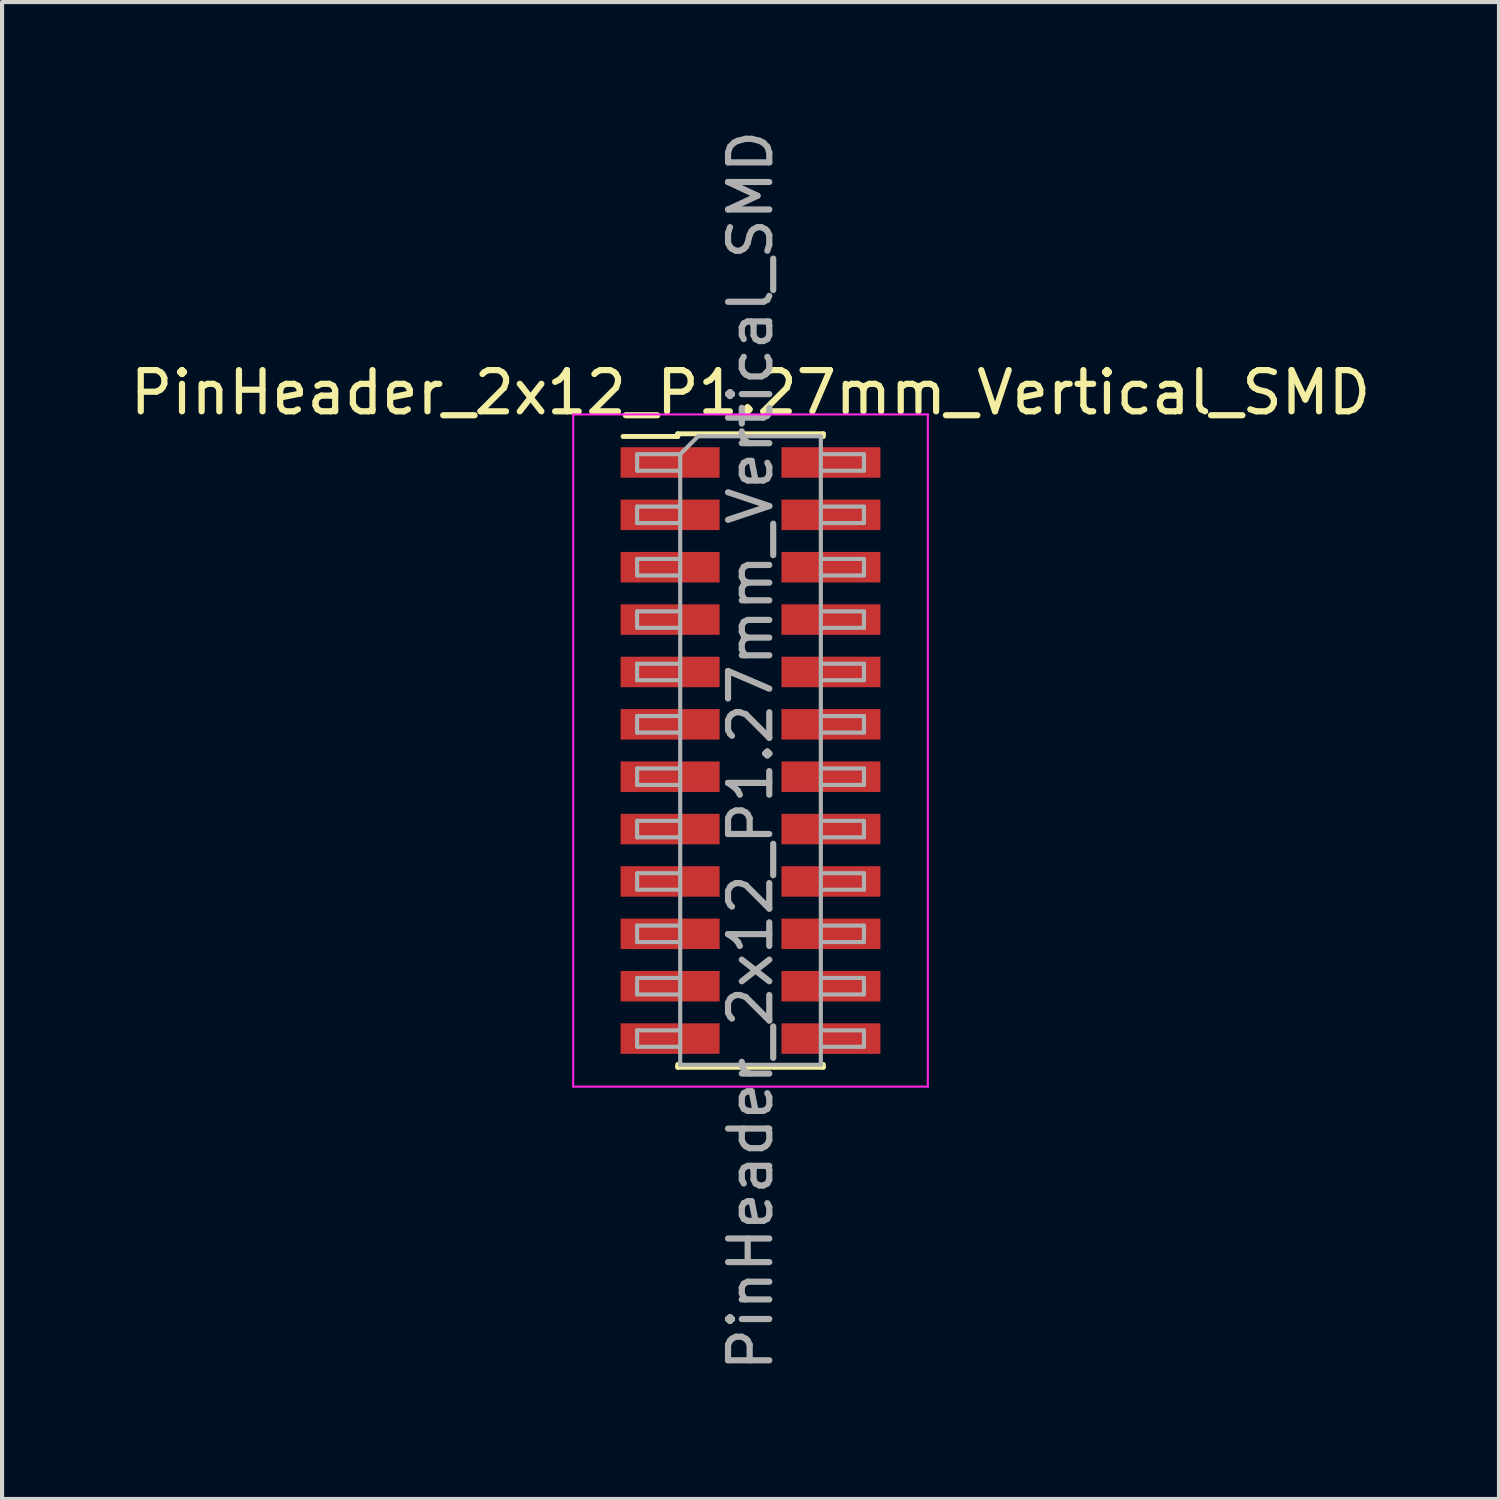
<source format=kicad_pcb>
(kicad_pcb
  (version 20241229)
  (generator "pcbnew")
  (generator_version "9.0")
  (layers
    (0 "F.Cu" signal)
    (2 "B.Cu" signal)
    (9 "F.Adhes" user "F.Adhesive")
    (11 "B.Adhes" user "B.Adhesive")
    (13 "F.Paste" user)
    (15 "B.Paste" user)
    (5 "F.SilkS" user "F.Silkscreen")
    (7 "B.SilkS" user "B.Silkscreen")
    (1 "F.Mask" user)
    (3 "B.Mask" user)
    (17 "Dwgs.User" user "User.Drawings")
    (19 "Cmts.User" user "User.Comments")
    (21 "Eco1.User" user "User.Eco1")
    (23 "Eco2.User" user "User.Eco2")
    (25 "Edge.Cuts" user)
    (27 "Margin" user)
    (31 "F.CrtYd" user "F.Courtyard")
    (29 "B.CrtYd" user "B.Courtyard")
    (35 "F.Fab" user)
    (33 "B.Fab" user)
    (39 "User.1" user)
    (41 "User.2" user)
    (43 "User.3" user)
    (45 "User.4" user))
  (footprint "PinHeader_2x12_P1.27mm_Vertical_SMD"
    (layer "F.Cu")
    (at 15.149 15.149)
    (property "Reference" "PinHeader_2x12_P1.27mm_Vertical_SMD" (at 0 -8.68 0) (layer "F.SilkS") (effects (font (size 1 1) (thickness 0.15))))
    (attr smd)
    (fp_line (start -3.09 -7.615) (end -1.765 -7.615) (stroke (width 0.12) (type solid)) (layer "F.SilkS"))
    (fp_line (start -1.765 -7.68) (end -1.765 -7.615) (stroke (width 0.12) (type solid)) (layer "F.SilkS"))
    (fp_line (start -1.765 -7.68) (end 1.765 -7.68) (stroke (width 0.12) (type solid)) (layer "F.SilkS"))
    (fp_line (start -1.765 7.615) (end -1.765 7.68) (stroke (width 0.12) (type solid)) (layer "F.SilkS"))
    (fp_line (start -1.765 7.68) (end 1.765 7.68) (stroke (width 0.12) (type solid)) (layer "F.SilkS"))
    (fp_line (start 1.765 -7.68) (end 1.765 -7.615) (stroke (width 0.12) (type solid)) (layer "F.SilkS"))
    (fp_line (start 1.765 7.615) (end 1.765 7.68) (stroke (width 0.12) (type solid)) (layer "F.SilkS"))
    (fp_line (start -4.3 -8.15) (end -4.3 8.15) (stroke (width 0.05) (type solid)) (layer "F.CrtYd"))
    (fp_line (start -4.3 8.15) (end 4.3 8.15) (stroke (width 0.05) (type solid)) (layer "F.CrtYd"))
    (fp_line (start 4.3 -8.15) (end -4.3 -8.15) (stroke (width 0.05) (type solid)) (layer "F.CrtYd"))
    (fp_line (start 4.3 8.15) (end 4.3 -8.15) (stroke (width 0.05) (type solid)) (layer "F.CrtYd"))
    (fp_line (start -2.75 -7.185) (end -2.75 -6.785) (stroke (width 0.1) (type solid)) (layer "F.Fab"))
    (fp_line (start -2.75 -6.785) (end -1.705 -6.785) (stroke (width 0.1) (type solid)) (layer "F.Fab"))
    (fp_line (start -2.75 -5.915) (end -2.75 -5.515) (stroke (width 0.1) (type solid)) (layer "F.Fab"))
    (fp_line (start -2.75 -5.515) (end -1.705 -5.515) (stroke (width 0.1) (type solid)) (layer "F.Fab"))
    (fp_line (start -2.75 -4.645) (end -2.75 -4.245) (stroke (width 0.1) (type solid)) (layer "F.Fab"))
    (fp_line (start -2.75 -4.245) (end -1.705 -4.245) (stroke (width 0.1) (type solid)) (layer "F.Fab"))
    (fp_line (start -2.75 -3.375) (end -2.75 -2.975) (stroke (width 0.1) (type solid)) (layer "F.Fab"))
    (fp_line (start -2.75 -2.975) (end -1.705 -2.975) (stroke (width 0.1) (type solid)) (layer "F.Fab"))
    (fp_line (start -2.75 -2.105) (end -2.75 -1.705) (stroke (width 0.1) (type solid)) (layer "F.Fab"))
    (fp_line (start -2.75 -1.705) (end -1.705 -1.705) (stroke (width 0.1) (type solid)) (layer "F.Fab"))
    (fp_line (start -2.75 -0.835) (end -2.75 -0.435) (stroke (width 0.1) (type solid)) (layer "F.Fab"))
    (fp_line (start -2.75 -0.435) (end -1.705 -0.435) (stroke (width 0.1) (type solid)) (layer "F.Fab"))
    (fp_line (start -2.75 0.435) (end -2.75 0.835) (stroke (width 0.1) (type solid)) (layer "F.Fab"))
    (fp_line (start -2.75 0.835) (end -1.705 0.835) (stroke (width 0.1) (type solid)) (layer "F.Fab"))
    (fp_line (start -2.75 1.705) (end -2.75 2.105) (stroke (width 0.1) (type solid)) (layer "F.Fab"))
    (fp_line (start -2.75 2.105) (end -1.705 2.105) (stroke (width 0.1) (type solid)) (layer "F.Fab"))
    (fp_line (start -2.75 2.975) (end -2.75 3.375) (stroke (width 0.1) (type solid)) (layer "F.Fab"))
    (fp_line (start -2.75 3.375) (end -1.705 3.375) (stroke (width 0.1) (type solid)) (layer "F.Fab"))
    (fp_line (start -2.75 4.245) (end -2.75 4.645) (stroke (width 0.1) (type solid)) (layer "F.Fab"))
    (fp_line (start -2.75 4.645) (end -1.705 4.645) (stroke (width 0.1) (type solid)) (layer "F.Fab"))
    (fp_line (start -2.75 5.515) (end -2.75 5.915) (stroke (width 0.1) (type solid)) (layer "F.Fab"))
    (fp_line (start -2.75 5.915) (end -1.705 5.915) (stroke (width 0.1) (type solid)) (layer "F.Fab"))
    (fp_line (start -2.75 6.785) (end -2.75 7.185) (stroke (width 0.1) (type solid)) (layer "F.Fab"))
    (fp_line (start -2.75 7.185) (end -1.705 7.185) (stroke (width 0.1) (type solid)) (layer "F.Fab"))
    (fp_line (start -1.705 -7.185) (end -2.75 -7.185) (stroke (width 0.1) (type solid)) (layer "F.Fab"))
    (fp_line (start -1.705 -7.185) (end -1.27 -7.62) (stroke (width 0.1) (type solid)) (layer "F.Fab"))
    (fp_line (start -1.705 -5.915) (end -2.75 -5.915) (stroke (width 0.1) (type solid)) (layer "F.Fab"))
    (fp_line (start -1.705 -4.645) (end -2.75 -4.645) (stroke (width 0.1) (type solid)) (layer "F.Fab"))
    (fp_line (start -1.705 -3.375) (end -2.75 -3.375) (stroke (width 0.1) (type solid)) (layer "F.Fab"))
    (fp_line (start -1.705 -2.105) (end -2.75 -2.105) (stroke (width 0.1) (type solid)) (layer "F.Fab"))
    (fp_line (start -1.705 -0.835) (end -2.75 -0.835) (stroke (width 0.1) (type solid)) (layer "F.Fab"))
    (fp_line (start -1.705 0.435) (end -2.75 0.435) (stroke (width 0.1) (type solid)) (layer "F.Fab"))
    (fp_line (start -1.705 1.705) (end -2.75 1.705) (stroke (width 0.1) (type solid)) (layer "F.Fab"))
    (fp_line (start -1.705 2.975) (end -2.75 2.975) (stroke (width 0.1) (type solid)) (layer "F.Fab"))
    (fp_line (start -1.705 4.245) (end -2.75 4.245) (stroke (width 0.1) (type solid)) (layer "F.Fab"))
    (fp_line (start -1.705 5.515) (end -2.75 5.515) (stroke (width 0.1) (type solid)) (layer "F.Fab"))
    (fp_line (start -1.705 6.785) (end -2.75 6.785) (stroke (width 0.1) (type solid)) (layer "F.Fab"))
    (fp_line (start -1.705 7.62) (end -1.705 -7.185) (stroke (width 0.1) (type solid)) (layer "F.Fab"))
    (fp_line (start -1.27 -7.62) (end 1.705 -7.62) (stroke (width 0.1) (type solid)) (layer "F.Fab"))
    (fp_line (start 1.705 -7.62) (end 1.705 7.62) (stroke (width 0.1) (type solid)) (layer "F.Fab"))
    (fp_line (start 1.705 -7.185) (end 2.75 -7.185) (stroke (width 0.1) (type solid)) (layer "F.Fab"))
    (fp_line (start 1.705 -5.915) (end 2.75 -5.915) (stroke (width 0.1) (type solid)) (layer "F.Fab"))
    (fp_line (start 1.705 -4.645) (end 2.75 -4.645) (stroke (width 0.1) (type solid)) (layer "F.Fab"))
    (fp_line (start 1.705 -3.375) (end 2.75 -3.375) (stroke (width 0.1) (type solid)) (layer "F.Fab"))
    (fp_line (start 1.705 -2.105) (end 2.75 -2.105) (stroke (width 0.1) (type solid)) (layer "F.Fab"))
    (fp_line (start 1.705 -0.835) (end 2.75 -0.835) (stroke (width 0.1) (type solid)) (layer "F.Fab"))
    (fp_line (start 1.705 0.435) (end 2.75 0.435) (stroke (width 0.1) (type solid)) (layer "F.Fab"))
    (fp_line (start 1.705 1.705) (end 2.75 1.705) (stroke (width 0.1) (type solid)) (layer "F.Fab"))
    (fp_line (start 1.705 2.975) (end 2.75 2.975) (stroke (width 0.1) (type solid)) (layer "F.Fab"))
    (fp_line (start 1.705 4.245) (end 2.75 4.245) (stroke (width 0.1) (type solid)) (layer "F.Fab"))
    (fp_line (start 1.705 5.515) (end 2.75 5.515) (stroke (width 0.1) (type solid)) (layer "F.Fab"))
    (fp_line (start 1.705 6.785) (end 2.75 6.785) (stroke (width 0.1) (type solid)) (layer "F.Fab"))
    (fp_line (start 1.705 7.62) (end -1.705 7.62) (stroke (width 0.1) (type solid)) (layer "F.Fab"))
    (fp_line (start 2.75 -7.185) (end 2.75 -6.785) (stroke (width 0.1) (type solid)) (layer "F.Fab"))
    (fp_line (start 2.75 -6.785) (end 1.705 -6.785) (stroke (width 0.1) (type solid)) (layer "F.Fab"))
    (fp_line (start 2.75 -5.915) (end 2.75 -5.515) (stroke (width 0.1) (type solid)) (layer "F.Fab"))
    (fp_line (start 2.75 -5.515) (end 1.705 -5.515) (stroke (width 0.1) (type solid)) (layer "F.Fab"))
    (fp_line (start 2.75 -4.645) (end 2.75 -4.245) (stroke (width 0.1) (type solid)) (layer "F.Fab"))
    (fp_line (start 2.75 -4.245) (end 1.705 -4.245) (stroke (width 0.1) (type solid)) (layer "F.Fab"))
    (fp_line (start 2.75 -3.375) (end 2.75 -2.975) (stroke (width 0.1) (type solid)) (layer "F.Fab"))
    (fp_line (start 2.75 -2.975) (end 1.705 -2.975) (stroke (width 0.1) (type solid)) (layer "F.Fab"))
    (fp_line (start 2.75 -2.105) (end 2.75 -1.705) (stroke (width 0.1) (type solid)) (layer "F.Fab"))
    (fp_line (start 2.75 -1.705) (end 1.705 -1.705) (stroke (width 0.1) (type solid)) (layer "F.Fab"))
    (fp_line (start 2.75 -0.835) (end 2.75 -0.435) (stroke (width 0.1) (type solid)) (layer "F.Fab"))
    (fp_line (start 2.75 -0.435) (end 1.705 -0.435) (stroke (width 0.1) (type solid)) (layer "F.Fab"))
    (fp_line (start 2.75 0.435) (end 2.75 0.835) (stroke (width 0.1) (type solid)) (layer "F.Fab"))
    (fp_line (start 2.75 0.835) (end 1.705 0.835) (stroke (width 0.1) (type solid)) (layer "F.Fab"))
    (fp_line (start 2.75 1.705) (end 2.75 2.105) (stroke (width 0.1) (type solid)) (layer "F.Fab"))
    (fp_line (start 2.75 2.105) (end 1.705 2.105) (stroke (width 0.1) (type solid)) (layer "F.Fab"))
    (fp_line (start 2.75 2.975) (end 2.75 3.375) (stroke (width 0.1) (type solid)) (layer "F.Fab"))
    (fp_line (start 2.75 3.375) (end 1.705 3.375) (stroke (width 0.1) (type solid)) (layer "F.Fab"))
    (fp_line (start 2.75 4.245) (end 2.75 4.645) (stroke (width 0.1) (type solid)) (layer "F.Fab"))
    (fp_line (start 2.75 4.645) (end 1.705 4.645) (stroke (width 0.1) (type solid)) (layer "F.Fab"))
    (fp_line (start 2.75 5.515) (end 2.75 5.915) (stroke (width 0.1) (type solid)) (layer "F.Fab"))
    (fp_line (start 2.75 5.915) (end 1.705 5.915) (stroke (width 0.1) (type solid)) (layer "F.Fab"))
    (fp_line (start 2.75 6.785) (end 2.75 7.185) (stroke (width 0.1) (type solid)) (layer "F.Fab"))
    (fp_line (start 2.75 7.185) (end 1.705 7.185) (stroke (width 0.1) (type solid)) (layer "F.Fab"))
    (fp_text user "${REFERENCE}" (at 0 0 90) (layer "F.Fab") (effects (font (size 1 1) (thickness 0.15))))
    (pad "1" smd rect (at -1.95 -6.985) (size 2.4 0.74) (layers "F.Cu" "F.Mask" "F.Paste"))
    (pad "2" smd rect (at 1.95 -6.985) (size 2.4 0.74) (layers "F.Cu" "F.Mask" "F.Paste"))
    (pad "3" smd rect (at -1.95 -5.715) (size 2.4 0.74) (layers "F.Cu" "F.Mask" "F.Paste"))
    (pad "4" smd rect (at 1.95 -5.715) (size 2.4 0.74) (layers "F.Cu" "F.Mask" "F.Paste"))
    (pad "5" smd rect (at -1.95 -4.445) (size 2.4 0.74) (layers "F.Cu" "F.Mask" "F.Paste"))
    (pad "6" smd rect (at 1.95 -4.445) (size 2.4 0.74) (layers "F.Cu" "F.Mask" "F.Paste"))
    (pad "7" smd rect (at -1.95 -3.175) (size 2.4 0.74) (layers "F.Cu" "F.Mask" "F.Paste"))
    (pad "8" smd rect (at 1.95 -3.175) (size 2.4 0.74) (layers "F.Cu" "F.Mask" "F.Paste"))
    (pad "9" smd rect (at -1.95 -1.905) (size 2.4 0.74) (layers "F.Cu" "F.Mask" "F.Paste"))
    (pad "10" smd rect (at 1.95 -1.905) (size 2.4 0.74) (layers "F.Cu" "F.Mask" "F.Paste"))
    (pad "11" smd rect (at -1.95 -0.635) (size 2.4 0.74) (layers "F.Cu" "F.Mask" "F.Paste"))
    (pad "12" smd rect (at 1.95 -0.635) (size 2.4 0.74) (layers "F.Cu" "F.Mask" "F.Paste"))
    (pad "13" smd rect (at -1.95 0.635) (size 2.4 0.74) (layers "F.Cu" "F.Mask" "F.Paste"))
    (pad "14" smd rect (at 1.95 0.635) (size 2.4 0.74) (layers "F.Cu" "F.Mask" "F.Paste"))
    (pad "15" smd rect (at -1.95 1.905) (size 2.4 0.74) (layers "F.Cu" "F.Mask" "F.Paste"))
    (pad "16" smd rect (at 1.95 1.905) (size 2.4 0.74) (layers "F.Cu" "F.Mask" "F.Paste"))
    (pad "17" smd rect (at -1.95 3.175) (size 2.4 0.74) (layers "F.Cu" "F.Mask" "F.Paste"))
    (pad "18" smd rect (at 1.95 3.175) (size 2.4 0.74) (layers "F.Cu" "F.Mask" "F.Paste"))
    (pad "19" smd rect (at -1.95 4.445) (size 2.4 0.74) (layers "F.Cu" "F.Mask" "F.Paste"))
    (pad "20" smd rect (at 1.95 4.445) (size 2.4 0.74) (layers "F.Cu" "F.Mask" "F.Paste"))
    (pad "21" smd rect (at -1.95 5.715) (size 2.4 0.74) (layers "F.Cu" "F.Mask" "F.Paste"))
    (pad "22" smd rect (at 1.95 5.715) (size 2.4 0.74) (layers "F.Cu" "F.Mask" "F.Paste"))
    (pad "23" smd rect (at -1.95 6.985) (size 2.4 0.74) (layers "F.Cu" "F.Mask" "F.Paste"))
    (pad "24" smd rect (at 1.95 6.985) (size 2.4 0.74) (layers "F.Cu" "F.Mask" "F.Paste")))
  (gr_rect
    (start -3 -3)
    (end 33.298 33.298)
    (stroke (width 0.1) (type default))
    (fill no)
    (layer "Edge.Cuts")))
</source>
